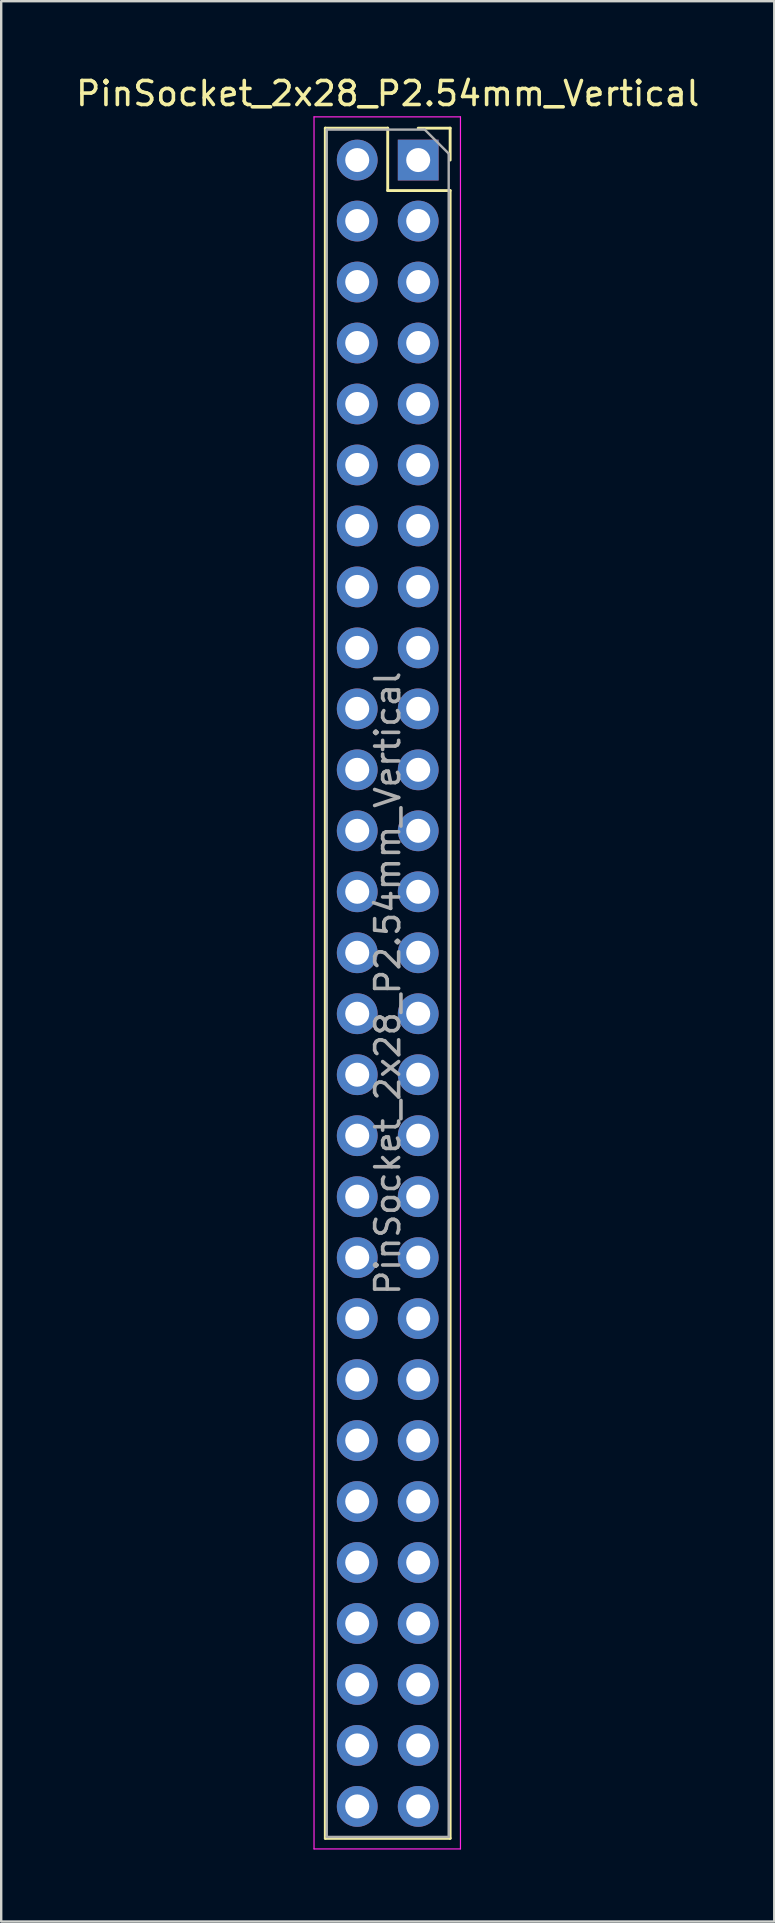
<source format=kicad_pcb>
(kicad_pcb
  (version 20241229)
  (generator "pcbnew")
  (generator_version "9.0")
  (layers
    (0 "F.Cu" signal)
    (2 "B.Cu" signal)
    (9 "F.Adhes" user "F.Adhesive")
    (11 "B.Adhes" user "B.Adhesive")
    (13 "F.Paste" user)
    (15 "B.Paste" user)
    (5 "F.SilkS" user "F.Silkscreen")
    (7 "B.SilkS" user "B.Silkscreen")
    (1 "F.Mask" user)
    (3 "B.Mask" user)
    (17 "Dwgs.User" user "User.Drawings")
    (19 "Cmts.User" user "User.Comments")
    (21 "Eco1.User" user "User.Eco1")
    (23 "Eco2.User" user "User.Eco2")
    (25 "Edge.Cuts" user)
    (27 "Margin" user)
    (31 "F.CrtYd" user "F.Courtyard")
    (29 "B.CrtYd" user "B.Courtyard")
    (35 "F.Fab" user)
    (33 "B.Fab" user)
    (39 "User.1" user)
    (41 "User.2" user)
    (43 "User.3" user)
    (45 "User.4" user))
  (footprint "PinSocket_2x28_P2.54mm_Vertical"
    (layer "F.Cu")
    (at 14.371 3.618)
    (property "Reference" "PinSocket_2x28_P2.54mm_Vertical" (at -1.27 -2.77 0) (layer "F.SilkS") (effects (font (size 1 1) (thickness 0.15))))
    (attr through_hole)
    (fp_line (start -3.87 -1.33) (end -3.87 69.91) (stroke (width 0.12) (type solid)) (layer "F.SilkS"))
    (fp_line (start -3.87 -1.33) (end -1.27 -1.33) (stroke (width 0.12) (type solid)) (layer "F.SilkS"))
    (fp_line (start -3.87 69.91) (end 1.33 69.91) (stroke (width 0.12) (type solid)) (layer "F.SilkS"))
    (fp_line (start -1.27 -1.33) (end -1.27 1.27) (stroke (width 0.12) (type solid)) (layer "F.SilkS"))
    (fp_line (start -1.27 1.27) (end 1.33 1.27) (stroke (width 0.12) (type solid)) (layer "F.SilkS"))
    (fp_line (start 0 -1.33) (end 1.33 -1.33) (stroke (width 0.12) (type solid)) (layer "F.SilkS"))
    (fp_line (start 1.33 -1.33) (end 1.33 0) (stroke (width 0.12) (type solid)) (layer "F.SilkS"))
    (fp_line (start 1.33 1.27) (end 1.33 69.91) (stroke (width 0.12) (type solid)) (layer "F.SilkS"))
    (fp_line (start -4.34 -1.8) (end 1.76 -1.8) (stroke (width 0.05) (type solid)) (layer "F.CrtYd"))
    (fp_line (start -4.34 70.35) (end -4.34 -1.8) (stroke (width 0.05) (type solid)) (layer "F.CrtYd"))
    (fp_line (start 1.76 -1.8) (end 1.76 70.35) (stroke (width 0.05) (type solid)) (layer "F.CrtYd"))
    (fp_line (start 1.76 70.35) (end -4.34 70.35) (stroke (width 0.05) (type solid)) (layer "F.CrtYd"))
    (fp_line (start -3.81 -1.27) (end 0.27 -1.27) (stroke (width 0.1) (type solid)) (layer "F.Fab"))
    (fp_line (start -3.81 69.85) (end -3.81 -1.27) (stroke (width 0.1) (type solid)) (layer "F.Fab"))
    (fp_line (start 0.27 -1.27) (end 1.27 -0.27) (stroke (width 0.1) (type solid)) (layer "F.Fab"))
    (fp_line (start 1.27 -0.27) (end 1.27 69.85) (stroke (width 0.1) (type solid)) (layer "F.Fab"))
    (fp_line (start 1.27 69.85) (end -3.81 69.85) (stroke (width 0.1) (type solid)) (layer "F.Fab"))
    (fp_text user "${REFERENCE}" (at -1.27 34.29 90) (layer "F.Fab") (effects (font (size 1 1) (thickness 0.15))))
    (pad "1" thru_hole rect (at 0 0) (size 1.7 1.7) (drill 1) (layers "*.Cu" "*.Mask"))
    (pad "2" thru_hole oval (at -2.54 0) (size 1.7 1.7) (drill 1) (layers "*.Cu" "*.Mask"))
    (pad "3" thru_hole oval (at 0 2.54) (size 1.7 1.7) (drill 1) (layers "*.Cu" "*.Mask"))
    (pad "4" thru_hole oval (at -2.54 2.54) (size 1.7 1.7) (drill 1) (layers "*.Cu" "*.Mask"))
    (pad "5" thru_hole oval (at 0 5.08) (size 1.7 1.7) (drill 1) (layers "*.Cu" "*.Mask"))
    (pad "6" thru_hole oval (at -2.54 5.08) (size 1.7 1.7) (drill 1) (layers "*.Cu" "*.Mask"))
    (pad "7" thru_hole oval (at 0 7.62) (size 1.7 1.7) (drill 1) (layers "*.Cu" "*.Mask"))
    (pad "8" thru_hole oval (at -2.54 7.62) (size 1.7 1.7) (drill 1) (layers "*.Cu" "*.Mask"))
    (pad "9" thru_hole oval (at 0 10.16) (size 1.7 1.7) (drill 1) (layers "*.Cu" "*.Mask"))
    (pad "10" thru_hole oval (at -2.54 10.16) (size 1.7 1.7) (drill 1) (layers "*.Cu" "*.Mask"))
    (pad "11" thru_hole oval (at 0 12.7) (size 1.7 1.7) (drill 1) (layers "*.Cu" "*.Mask"))
    (pad "12" thru_hole oval (at -2.54 12.7) (size 1.7 1.7) (drill 1) (layers "*.Cu" "*.Mask"))
    (pad "13" thru_hole oval (at 0 15.24) (size 1.7 1.7) (drill 1) (layers "*.Cu" "*.Mask"))
    (pad "14" thru_hole oval (at -2.54 15.24) (size 1.7 1.7) (drill 1) (layers "*.Cu" "*.Mask"))
    (pad "15" thru_hole oval (at 0 17.78) (size 1.7 1.7) (drill 1) (layers "*.Cu" "*.Mask"))
    (pad "16" thru_hole oval (at -2.54 17.78) (size 1.7 1.7) (drill 1) (layers "*.Cu" "*.Mask"))
    (pad "17" thru_hole oval (at 0 20.32) (size 1.7 1.7) (drill 1) (layers "*.Cu" "*.Mask"))
    (pad "18" thru_hole oval (at -2.54 20.32) (size 1.7 1.7) (drill 1) (layers "*.Cu" "*.Mask"))
    (pad "19" thru_hole oval (at 0 22.86) (size 1.7 1.7) (drill 1) (layers "*.Cu" "*.Mask"))
    (pad "20" thru_hole oval (at -2.54 22.86) (size 1.7 1.7) (drill 1) (layers "*.Cu" "*.Mask"))
    (pad "21" thru_hole oval (at 0 25.4) (size 1.7 1.7) (drill 1) (layers "*.Cu" "*.Mask"))
    (pad "22" thru_hole oval (at -2.54 25.4) (size 1.7 1.7) (drill 1) (layers "*.Cu" "*.Mask"))
    (pad "23" thru_hole oval (at 0 27.94) (size 1.7 1.7) (drill 1) (layers "*.Cu" "*.Mask"))
    (pad "24" thru_hole oval (at -2.54 27.94) (size 1.7 1.7) (drill 1) (layers "*.Cu" "*.Mask"))
    (pad "25" thru_hole oval (at 0 30.48) (size 1.7 1.7) (drill 1) (layers "*.Cu" "*.Mask"))
    (pad "26" thru_hole oval (at -2.54 30.48) (size 1.7 1.7) (drill 1) (layers "*.Cu" "*.Mask"))
    (pad "27" thru_hole oval (at 0 33.02) (size 1.7 1.7) (drill 1) (layers "*.Cu" "*.Mask"))
    (pad "28" thru_hole oval (at -2.54 33.02) (size 1.7 1.7) (drill 1) (layers "*.Cu" "*.Mask"))
    (pad "29" thru_hole oval (at 0 35.56) (size 1.7 1.7) (drill 1) (layers "*.Cu" "*.Mask"))
    (pad "30" thru_hole oval (at -2.54 35.56) (size 1.7 1.7) (drill 1) (layers "*.Cu" "*.Mask"))
    (pad "31" thru_hole oval (at 0 38.1) (size 1.7 1.7) (drill 1) (layers "*.Cu" "*.Mask"))
    (pad "32" thru_hole oval (at -2.54 38.1) (size 1.7 1.7) (drill 1) (layers "*.Cu" "*.Mask"))
    (pad "33" thru_hole oval (at 0 40.64) (size 1.7 1.7) (drill 1) (layers "*.Cu" "*.Mask"))
    (pad "34" thru_hole oval (at -2.54 40.64) (size 1.7 1.7) (drill 1) (layers "*.Cu" "*.Mask"))
    (pad "35" thru_hole oval (at 0 43.18) (size 1.7 1.7) (drill 1) (layers "*.Cu" "*.Mask"))
    (pad "36" thru_hole oval (at -2.54 43.18) (size 1.7 1.7) (drill 1) (layers "*.Cu" "*.Mask"))
    (pad "37" thru_hole oval (at 0 45.72) (size 1.7 1.7) (drill 1) (layers "*.Cu" "*.Mask"))
    (pad "38" thru_hole oval (at -2.54 45.72) (size 1.7 1.7) (drill 1) (layers "*.Cu" "*.Mask"))
    (pad "39" thru_hole oval (at 0 48.26) (size 1.7 1.7) (drill 1) (layers "*.Cu" "*.Mask"))
    (pad "40" thru_hole oval (at -2.54 48.26) (size 1.7 1.7) (drill 1) (layers "*.Cu" "*.Mask"))
    (pad "41" thru_hole oval (at 0 50.8) (size 1.7 1.7) (drill 1) (layers "*.Cu" "*.Mask"))
    (pad "42" thru_hole oval (at -2.54 50.8) (size 1.7 1.7) (drill 1) (layers "*.Cu" "*.Mask"))
    (pad "43" thru_hole oval (at 0 53.34) (size 1.7 1.7) (drill 1) (layers "*.Cu" "*.Mask"))
    (pad "44" thru_hole oval (at -2.54 53.34) (size 1.7 1.7) (drill 1) (layers "*.Cu" "*.Mask"))
    (pad "45" thru_hole oval (at 0 55.88) (size 1.7 1.7) (drill 1) (layers "*.Cu" "*.Mask"))
    (pad "46" thru_hole oval (at -2.54 55.88) (size 1.7 1.7) (drill 1) (layers "*.Cu" "*.Mask"))
    (pad "47" thru_hole oval (at 0 58.42) (size 1.7 1.7) (drill 1) (layers "*.Cu" "*.Mask"))
    (pad "48" thru_hole oval (at -2.54 58.42) (size 1.7 1.7) (drill 1) (layers "*.Cu" "*.Mask"))
    (pad "49" thru_hole oval (at 0 60.96) (size 1.7 1.7) (drill 1) (layers "*.Cu" "*.Mask"))
    (pad "50" thru_hole oval (at -2.54 60.96) (size 1.7 1.7) (drill 1) (layers "*.Cu" "*.Mask"))
    (pad "51" thru_hole oval (at 0 63.5) (size 1.7 1.7) (drill 1) (layers "*.Cu" "*.Mask"))
    (pad "52" thru_hole oval (at -2.54 63.5) (size 1.7 1.7) (drill 1) (layers "*.Cu" "*.Mask"))
    (pad "53" thru_hole oval (at 0 66.04) (size 1.7 1.7) (drill 1) (layers "*.Cu" "*.Mask"))
    (pad "54" thru_hole oval (at -2.54 66.04) (size 1.7 1.7) (drill 1) (layers "*.Cu" "*.Mask"))
    (pad "55" thru_hole oval (at 0 68.58) (size 1.7 1.7) (drill 1) (layers "*.Cu" "*.Mask"))
    (pad "56" thru_hole oval (at -2.54 68.58) (size 1.7 1.7) (drill 1) (layers "*.Cu" "*.Mask")))
  (gr_rect
    (start -3 -3)
    (end 29.202 76.993)
    (stroke (width 0.1) (type default))
    (fill no)
    (layer "Edge.Cuts")))
</source>
